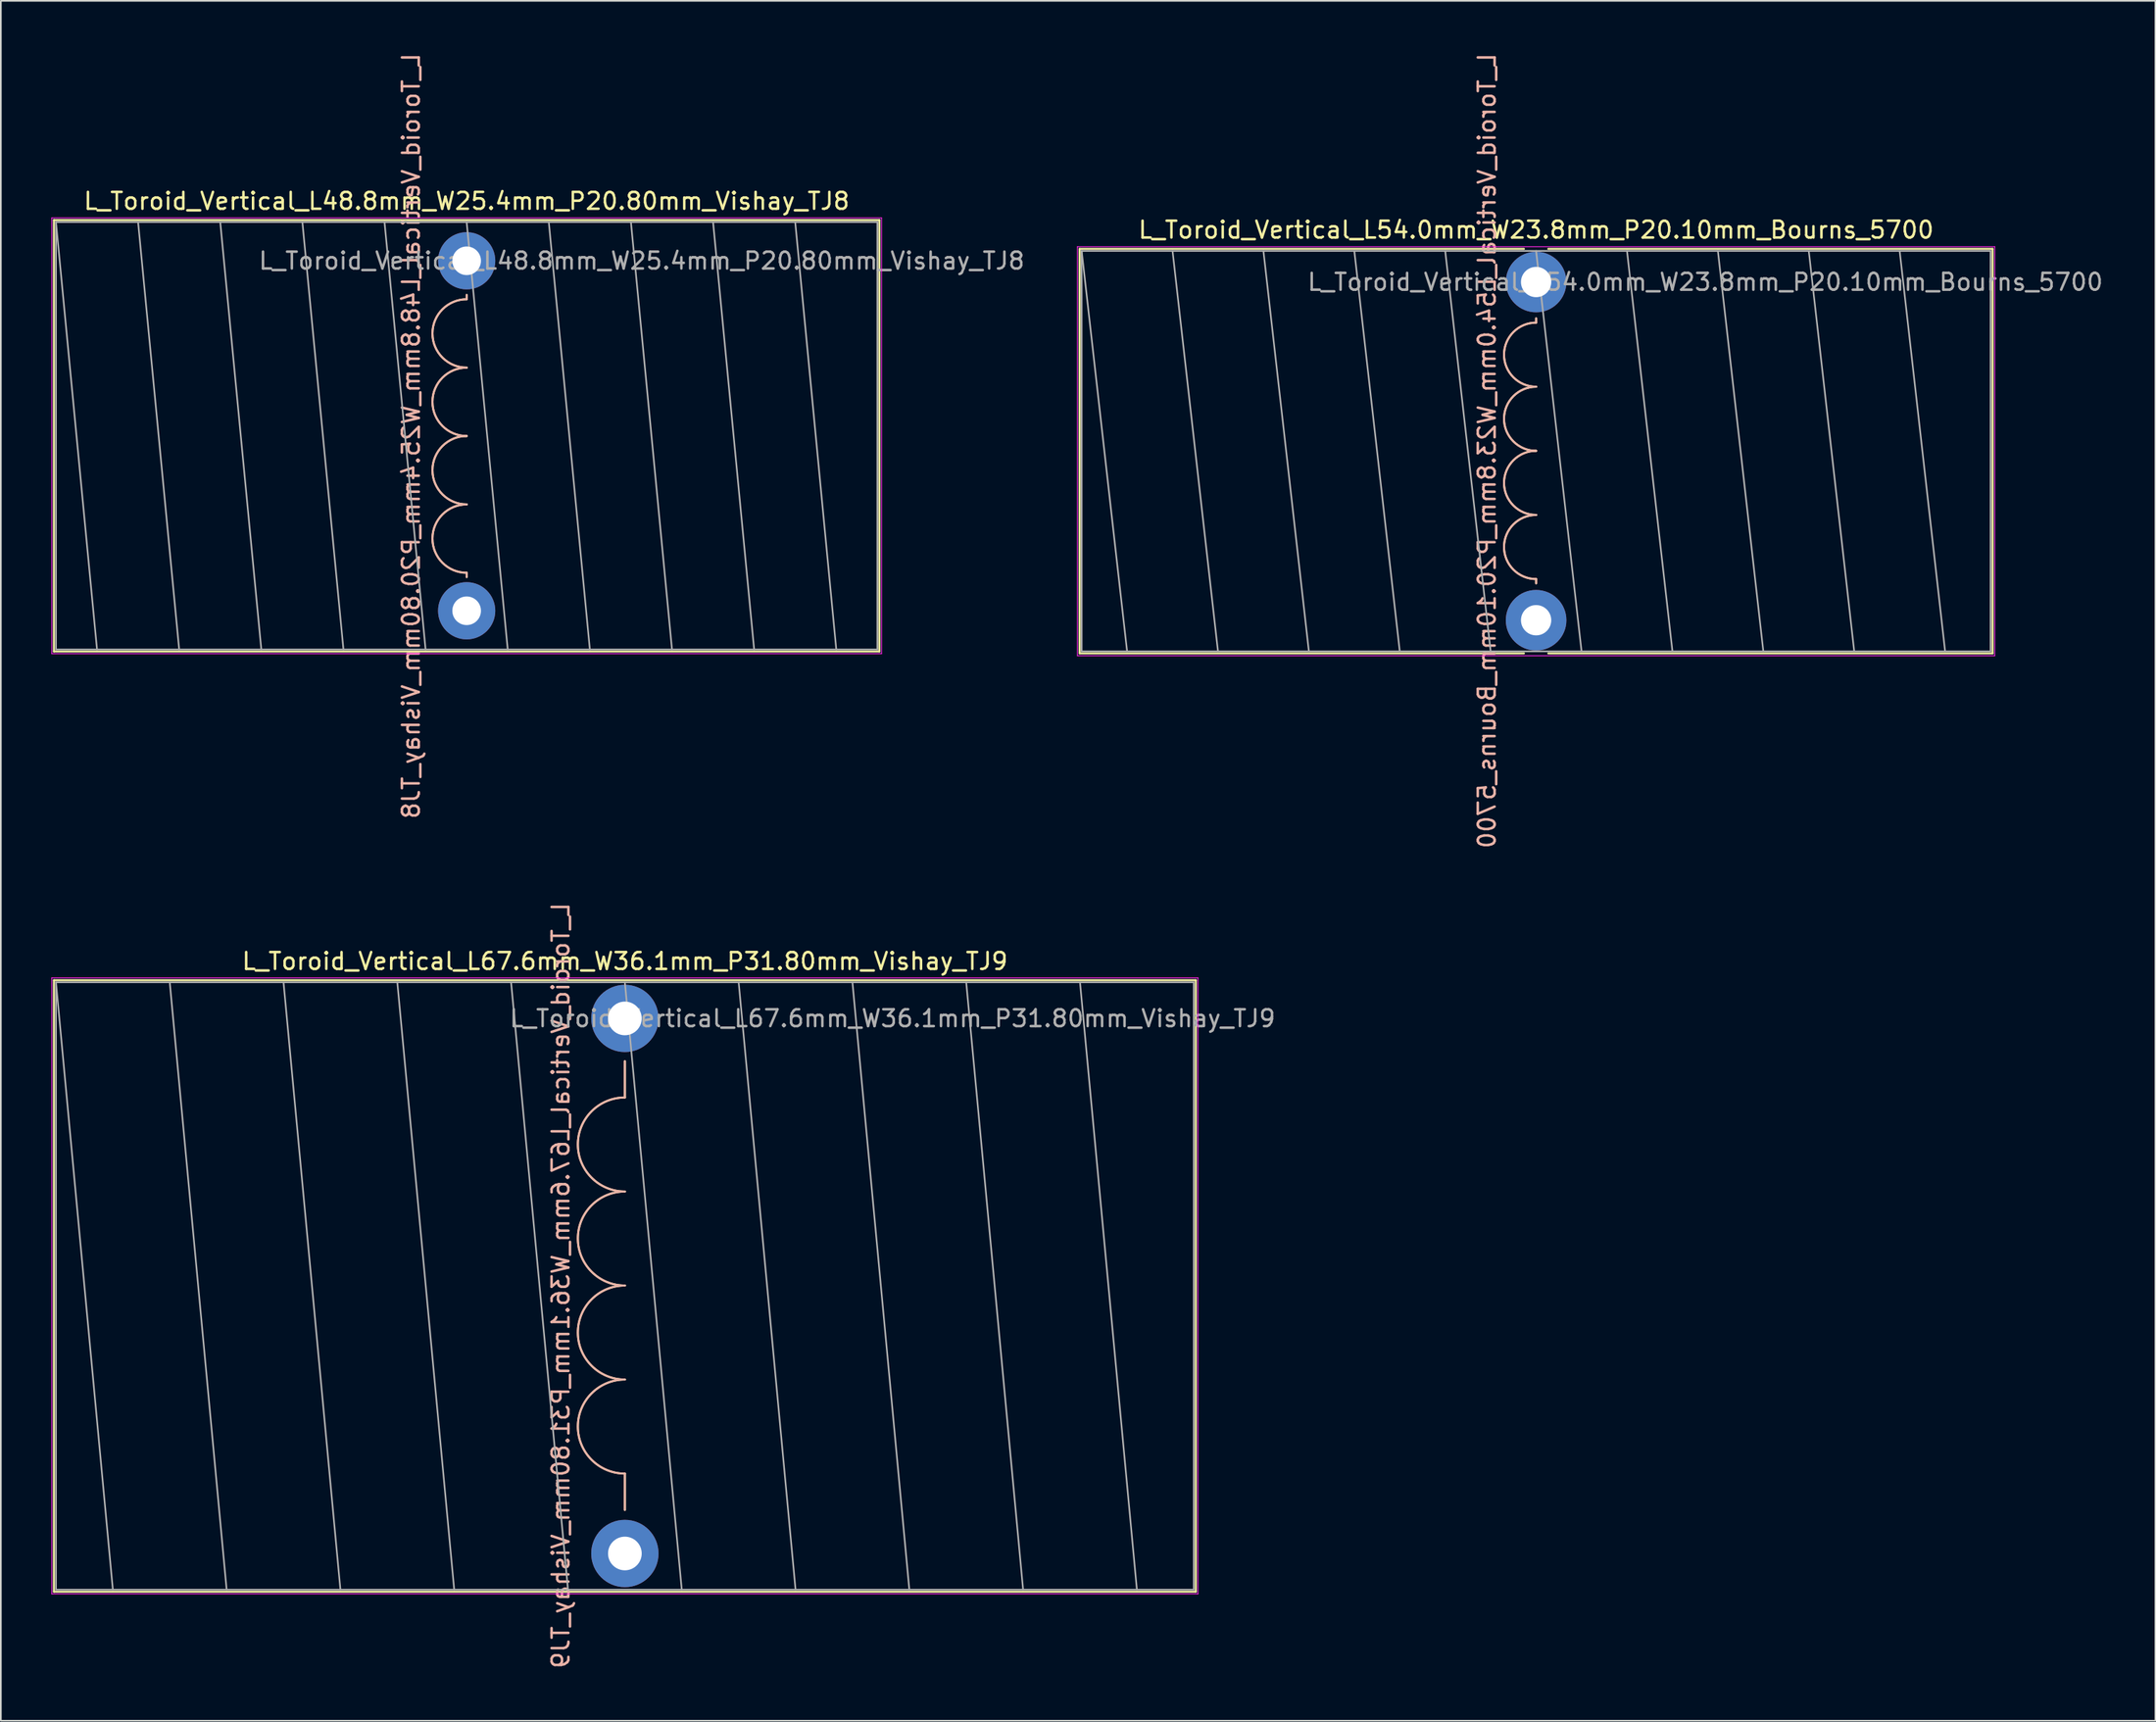
<source format=kicad_pcb>
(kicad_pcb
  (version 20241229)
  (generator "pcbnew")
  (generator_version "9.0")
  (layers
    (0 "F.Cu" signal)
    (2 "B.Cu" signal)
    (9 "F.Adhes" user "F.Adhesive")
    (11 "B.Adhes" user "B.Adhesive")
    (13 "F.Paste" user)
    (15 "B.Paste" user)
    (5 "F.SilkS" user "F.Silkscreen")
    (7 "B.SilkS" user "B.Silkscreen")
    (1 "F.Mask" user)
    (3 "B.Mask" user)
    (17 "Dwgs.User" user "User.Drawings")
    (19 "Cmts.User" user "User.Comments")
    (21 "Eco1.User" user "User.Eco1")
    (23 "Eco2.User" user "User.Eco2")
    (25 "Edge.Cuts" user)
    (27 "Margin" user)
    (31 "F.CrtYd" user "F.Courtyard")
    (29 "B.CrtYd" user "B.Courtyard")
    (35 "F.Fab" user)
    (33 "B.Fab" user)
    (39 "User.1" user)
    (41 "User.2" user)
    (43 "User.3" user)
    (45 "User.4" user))
  (footprint "L_Toroid_Vertical_L54.0mm_W23.8mm_P20.10mm_Bourns_5700"
    (layer "F.Cu")
    (at 88.213 13.711)
    (property "Reference" "L_Toroid_Vertical_L54.0mm_W23.8mm_P20.10mm_Bourns_5700" (at 0 -3.1 0) (layer "F.SilkS") (effects (font (size 1 1) (thickness 0.15))))
    (fp_line (start -27.12 -1.97) (end -27.12 22.07) (stroke (width 0.12) (type solid)) (layer "F.SilkS"))
    (fp_line (start -27.12 -1.97) (end -0.725 -1.97) (stroke (width 0.12) (type solid)) (layer "F.SilkS"))
    (fp_line (start -27.12 22.07) (end -0.725 22.07) (stroke (width 0.12) (type solid)) (layer "F.SilkS"))
    (fp_line (start 0 2.413) (end 0 2.159) (stroke (width 0.12) (type solid)) (layer "F.SilkS"))
    (fp_line (start 0 17.653) (end 0 17.907) (stroke (width 0.12) (type solid)) (layer "F.SilkS"))
    (fp_line (start 0.725 -1.97) (end 27.12 -1.97) (stroke (width 0.12) (type solid)) (layer "F.SilkS"))
    (fp_line (start 0.725 22.07) (end 27.12 22.07) (stroke (width 0.12) (type solid)) (layer "F.SilkS"))
    (fp_line (start 27.12 -1.97) (end 27.12 22.07) (stroke (width 0.12) (type solid)) (layer "F.SilkS"))
    (fp_arc (start 0 6.223) (mid -1.905 4.318) (end 0 2.413) (stroke (width 0.12) (type solid)) (layer "F.SilkS"))
    (fp_arc (start 0 10.033) (mid -1.905 8.128) (end 0 6.223) (stroke (width 0.12) (type solid)) (layer "F.SilkS"))
    (fp_arc (start 0 13.843) (mid -1.905 11.938) (end 0 10.033) (stroke (width 0.12) (type solid)) (layer "F.SilkS"))
    (fp_arc (start 0 17.653) (mid -1.905 15.748) (end 0 13.843) (stroke (width 0.12) (type solid)) (layer "F.SilkS"))
    (fp_line (start 0 2.413) (end 0 2.159) (stroke (width 0.12) (type solid)) (layer "B.SilkS"))
    (fp_line (start 0 17.653) (end 0 17.907) (stroke (width 0.12) (type solid)) (layer "B.SilkS"))
    (fp_arc (start 0 6.223) (mid -1.905 4.318) (end 0 2.413) (stroke (width 0.12) (type solid)) (layer "B.SilkS"))
    (fp_arc (start 0 10.033) (mid -1.905 8.128) (end 0 6.223) (stroke (width 0.12) (type solid)) (layer "B.SilkS"))
    (fp_arc (start 0 13.843) (mid -1.905 11.938) (end 0 10.033) (stroke (width 0.12) (type solid)) (layer "B.SilkS"))
    (fp_arc (start 0 17.653) (mid -1.905 15.748) (end 0 13.843) (stroke (width 0.12) (type solid)) (layer "B.SilkS"))
    (fp_line (start -27.25 -2.1) (end -27.25 22.21) (stroke (width 0.05) (type solid)) (layer "F.CrtYd"))
    (fp_line (start -27.25 22.21) (end 27.25 22.21) (stroke (width 0.05) (type solid)) (layer "F.CrtYd"))
    (fp_line (start 27.25 -2.1) (end -27.25 -2.1) (stroke (width 0.05) (type solid)) (layer "F.CrtYd"))
    (fp_line (start 27.25 22.21) (end 27.25 -2.1) (stroke (width 0.05) (type solid)) (layer "F.CrtYd"))
    (fp_line (start -27 -1.85) (end -27 21.95) (stroke (width 0.1) (type solid)) (layer "F.Fab"))
    (fp_line (start -27 -1.85) (end -24.3 21.95) (stroke (width 0.1) (type solid)) (layer "F.Fab"))
    (fp_line (start -27 21.95) (end 27 21.95) (stroke (width 0.1) (type solid)) (layer "F.Fab"))
    (fp_line (start -21.6 -1.85) (end -18.9 21.95) (stroke (width 0.1) (type solid)) (layer "F.Fab"))
    (fp_line (start -16.2 -1.85) (end -13.5 21.95) (stroke (width 0.1) (type solid)) (layer "F.Fab"))
    (fp_line (start -10.8 -1.85) (end -8.1 21.95) (stroke (width 0.1) (type solid)) (layer "F.Fab"))
    (fp_line (start -5.4 -1.85) (end -2.7 21.95) (stroke (width 0.1) (type solid)) (layer "F.Fab"))
    (fp_line (start 0 -1.85) (end 2.7 21.95) (stroke (width 0.1) (type solid)) (layer "F.Fab"))
    (fp_line (start 5.4 -1.85) (end 8.1 21.95) (stroke (width 0.1) (type solid)) (layer "F.Fab"))
    (fp_line (start 10.8 -1.85) (end 13.5 21.95) (stroke (width 0.1) (type solid)) (layer "F.Fab"))
    (fp_line (start 16.2 -1.85) (end 18.9 21.95) (stroke (width 0.1) (type solid)) (layer "F.Fab"))
    (fp_line (start 21.6 -1.85) (end 24.3 21.95) (stroke (width 0.1) (type solid)) (layer "F.Fab"))
    (fp_line (start 27 -1.85) (end -27 -1.85) (stroke (width 0.1) (type solid)) (layer "F.Fab"))
    (fp_line (start 27 21.95) (end 27 -1.85) (stroke (width 0.1) (type solid)) (layer "F.Fab"))
    (fp_text user "${REFERENCE}" (at -2.921 10.033 90) (layer "B.SilkS") (effects (font (size 1 1) (thickness 0.15)) (justify mirror)))
    (fp_text user "${REFERENCE}" (at 10.05 0 0) (layer "F.Fab") (effects (font (size 1 1) (thickness 0.15))))
    (pad "1" thru_hole circle (at 0 0) (size 3.6 3.6) (drill 1.8) (layers "*.Cu" "*.Mask"))
    (pad "2" thru_hole circle (at 0 20.1) (size 3.6 3.6) (drill 1.8) (layers "*.Cu" "*.Mask")))
  (footprint "L_Toroid_Vertical_L48.8mm_W25.4mm_P20.80mm_Vishay_TJ8"
    (layer "F.Cu")
    (at 24.675 12.449)
    (property "Reference" "L_Toroid_Vertical_L48.8mm_W25.4mm_P20.80mm_Vishay_TJ8" (at 0 -3.55 0) (layer "F.SilkS") (effects (font (size 1 1) (thickness 0.15))))
    (fp_line (start -24.52 -2.42) (end -24.52 23.22) (stroke (width 0.12) (type solid)) (layer "F.SilkS"))
    (fp_line (start -24.52 -2.42) (end 24.52 -2.42) (stroke (width 0.12) (type solid)) (layer "F.SilkS"))
    (fp_line (start -24.52 23.22) (end 24.52 23.22) (stroke (width 0.12) (type solid)) (layer "F.SilkS"))
    (fp_line (start 0 2.286) (end 0 2.032) (stroke (width 0.12) (type solid)) (layer "F.SilkS"))
    (fp_line (start 0 18.542) (end 0 18.796) (stroke (width 0.12) (type solid)) (layer "F.SilkS"))
    (fp_line (start 24.52 -2.42) (end 24.52 23.22) (stroke (width 0.12) (type solid)) (layer "F.SilkS"))
    (fp_arc (start 0 6.35) (mid -2.032 4.318) (end 0 2.286) (stroke (width 0.12) (type solid)) (layer "F.SilkS"))
    (fp_arc (start 0 10.414) (mid -2.032 8.382) (end 0 6.35) (stroke (width 0.12) (type solid)) (layer "F.SilkS"))
    (fp_arc (start 0 14.478) (mid -2.032 12.446) (end 0 10.414) (stroke (width 0.12) (type solid)) (layer "F.SilkS"))
    (fp_arc (start 0 18.542) (mid -2.032 16.51) (end 0 14.478) (stroke (width 0.12) (type solid)) (layer "F.SilkS"))
    (fp_line (start 0 2.286) (end 0 2.032) (stroke (width 0.12) (type solid)) (layer "B.SilkS"))
    (fp_line (start 0 18.542) (end 0 18.796) (stroke (width 0.12) (type solid)) (layer "B.SilkS"))
    (fp_arc (start 0 6.35) (mid -2.032 4.318) (end 0 2.286) (stroke (width 0.12) (type solid)) (layer "B.SilkS"))
    (fp_arc (start 0 10.414) (mid -2.032 8.382) (end 0 6.35) (stroke (width 0.12) (type solid)) (layer "B.SilkS"))
    (fp_arc (start 0 14.478) (mid -2.032 12.446) (end 0 10.414) (stroke (width 0.12) (type solid)) (layer "B.SilkS"))
    (fp_arc (start 0 18.542) (mid -2.032 16.51) (end 0 14.478) (stroke (width 0.12) (type solid)) (layer "B.SilkS"))
    (fp_line (start -24.65 -2.55) (end -24.65 23.35) (stroke (width 0.05) (type solid)) (layer "F.CrtYd"))
    (fp_line (start -24.65 23.35) (end 24.65 23.35) (stroke (width 0.05) (type solid)) (layer "F.CrtYd"))
    (fp_line (start 24.65 -2.55) (end -24.65 -2.55) (stroke (width 0.05) (type solid)) (layer "F.CrtYd"))
    (fp_line (start 24.65 23.35) (end 24.65 -2.55) (stroke (width 0.05) (type solid)) (layer "F.CrtYd"))
    (fp_line (start -24.4 -2.3) (end -24.4 23.1) (stroke (width 0.1) (type solid)) (layer "F.Fab"))
    (fp_line (start -24.4 -2.3) (end -21.96 23.1) (stroke (width 0.1) (type solid)) (layer "F.Fab"))
    (fp_line (start -24.4 23.1) (end 24.4 23.1) (stroke (width 0.1) (type solid)) (layer "F.Fab"))
    (fp_line (start -19.52 -2.3) (end -17.08 23.1) (stroke (width 0.1) (type solid)) (layer "F.Fab"))
    (fp_line (start -14.64 -2.3) (end -12.2 23.1) (stroke (width 0.1) (type solid)) (layer "F.Fab"))
    (fp_line (start -9.76 -2.3) (end -7.32 23.1) (stroke (width 0.1) (type solid)) (layer "F.Fab"))
    (fp_line (start -4.88 -2.3) (end -2.44 23.1) (stroke (width 0.1) (type solid)) (layer "F.Fab"))
    (fp_line (start 0 -2.3) (end 2.44 23.1) (stroke (width 0.1) (type solid)) (layer "F.Fab"))
    (fp_line (start 4.88 -2.3) (end 7.32 23.1) (stroke (width 0.1) (type solid)) (layer "F.Fab"))
    (fp_line (start 9.76 -2.3) (end 12.2 23.1) (stroke (width 0.1) (type solid)) (layer "F.Fab"))
    (fp_line (start 14.64 -2.3) (end 17.08 23.1) (stroke (width 0.1) (type solid)) (layer "F.Fab"))
    (fp_line (start 19.52 -2.3) (end 21.96 23.1) (stroke (width 0.1) (type solid)) (layer "F.Fab"))
    (fp_line (start 24.4 -2.3) (end -24.4 -2.3) (stroke (width 0.1) (type solid)) (layer "F.Fab"))
    (fp_line (start 24.4 23.1) (end 24.4 -2.3) (stroke (width 0.1) (type solid)) (layer "F.Fab"))
    (fp_text user "${REFERENCE}" (at -3.302 10.414 90) (layer "B.SilkS") (effects (font (size 1 1) (thickness 0.15)) (justify mirror)))
    (fp_text user "${REFERENCE}" (at 10.4 0 0) (layer "F.Fab") (effects (font (size 1 1) (thickness 0.15))))
    (pad "1" thru_hole circle (at 0 0) (size 3.4 3.4) (drill 1.7) (layers "*.Cu" "*.Mask"))
    (pad "2" thru_hole circle (at 0 20.8) (size 3.4 3.4) (drill 1.7) (layers "*.Cu" "*.Mask")))
  (footprint "L_Toroid_Vertical_L67.6mm_W36.1mm_P31.80mm_Vishay_TJ9"
    (layer "F.Cu")
    (at 34.075 57.476)
    (property "Reference" "L_Toroid_Vertical_L67.6mm_W36.1mm_P31.80mm_Vishay_TJ9" (at 0 -3.4 0) (layer "F.SilkS") (effects (font (size 1 1) (thickness 0.15))))
    (fp_line (start -33.92 -2.27) (end -33.92 34.07) (stroke (width 0.12) (type solid)) (layer "F.SilkS"))
    (fp_line (start -33.92 -2.27) (end 33.92 -2.27) (stroke (width 0.12) (type solid)) (layer "F.SilkS"))
    (fp_line (start -33.92 34.07) (end 33.92 34.07) (stroke (width 0.12) (type solid)) (layer "F.SilkS"))
    (fp_line (start 0 4.699) (end 0 2.54) (stroke (width 0.12) (type solid)) (layer "F.SilkS"))
    (fp_line (start 0 27.051) (end 0 29.21) (stroke (width 0.12) (type solid)) (layer "F.SilkS"))
    (fp_line (start 33.92 -2.27) (end 33.92 34.07) (stroke (width 0.12) (type solid)) (layer "F.SilkS"))
    (fp_arc (start 0 10.287) (mid -2.794 7.493) (end 0 4.699) (stroke (width 0.12) (type solid)) (layer "F.SilkS"))
    (fp_arc (start 0 15.875) (mid -2.794 13.081) (end 0 10.287) (stroke (width 0.12) (type solid)) (layer "F.SilkS"))
    (fp_arc (start 0 21.463) (mid -2.794 18.669) (end 0 15.875) (stroke (width 0.12) (type solid)) (layer "F.SilkS"))
    (fp_arc (start 0 27.051) (mid -2.794 24.257) (end 0 21.463) (stroke (width 0.12) (type solid)) (layer "F.SilkS"))
    (fp_line (start 0 4.699) (end 0 2.54) (stroke (width 0.12) (type solid)) (layer "B.SilkS"))
    (fp_line (start 0 27.051) (end 0 29.21) (stroke (width 0.12) (type solid)) (layer "B.SilkS"))
    (fp_arc (start 0 10.287) (mid -2.794 7.493) (end 0 4.699) (stroke (width 0.12) (type solid)) (layer "B.SilkS"))
    (fp_arc (start 0 15.875) (mid -2.794 13.081) (end 0 10.287) (stroke (width 0.12) (type solid)) (layer "B.SilkS"))
    (fp_arc (start 0 21.463) (mid -2.794 18.669) (end 0 15.875) (stroke (width 0.12) (type solid)) (layer "B.SilkS"))
    (fp_arc (start 0 27.051) (mid -2.794 24.257) (end 0 21.463) (stroke (width 0.12) (type solid)) (layer "B.SilkS"))
    (fp_line (start -34.05 -2.41) (end -34.05 34.2) (stroke (width 0.05) (type solid)) (layer "F.CrtYd"))
    (fp_line (start -34.05 34.2) (end 34.05 34.2) (stroke (width 0.05) (type solid)) (layer "F.CrtYd"))
    (fp_line (start 34.05 -2.41) (end -34.05 -2.41) (stroke (width 0.05) (type solid)) (layer "F.CrtYd"))
    (fp_line (start 34.05 34.2) (end 34.05 -2.41) (stroke (width 0.05) (type solid)) (layer "F.CrtYd"))
    (fp_line (start -33.8 -2.15) (end -33.8 33.95) (stroke (width 0.1) (type solid)) (layer "F.Fab"))
    (fp_line (start -33.8 -2.15) (end -30.42 33.95) (stroke (width 0.1) (type solid)) (layer "F.Fab"))
    (fp_line (start -33.8 33.95) (end 33.8 33.95) (stroke (width 0.1) (type solid)) (layer "F.Fab"))
    (fp_line (start -27.04 -2.15) (end -23.66 33.95) (stroke (width 0.1) (type solid)) (layer "F.Fab"))
    (fp_line (start -20.28 -2.15) (end -16.9 33.95) (stroke (width 0.1) (type solid)) (layer "F.Fab"))
    (fp_line (start -13.52 -2.15) (end -10.14 33.95) (stroke (width 0.1) (type solid)) (layer "F.Fab"))
    (fp_line (start -6.76 -2.15) (end -3.38 33.95) (stroke (width 0.1) (type solid)) (layer "F.Fab"))
    (fp_line (start 0 -2.15) (end 3.38 33.95) (stroke (width 0.1) (type solid)) (layer "F.Fab"))
    (fp_line (start 6.76 -2.15) (end 10.14 33.95) (stroke (width 0.1) (type solid)) (layer "F.Fab"))
    (fp_line (start 13.52 -2.15) (end 16.9 33.95) (stroke (width 0.1) (type solid)) (layer "F.Fab"))
    (fp_line (start 20.28 -2.15) (end 23.66 33.95) (stroke (width 0.1) (type solid)) (layer "F.Fab"))
    (fp_line (start 27.04 -2.15) (end 30.42 33.95) (stroke (width 0.1) (type solid)) (layer "F.Fab"))
    (fp_line (start 33.8 -2.15) (end -33.8 -2.15) (stroke (width 0.1) (type solid)) (layer "F.Fab"))
    (fp_line (start 33.8 33.95) (end 33.8 -2.15) (stroke (width 0.1) (type solid)) (layer "F.Fab"))
    (fp_text user "${REFERENCE}" (at -3.81 15.875 90) (layer "B.SilkS") (effects (font (size 1 1) (thickness 0.15)) (justify mirror)))
    (fp_text user "${REFERENCE}" (at 15.9 0 0) (layer "F.Fab") (effects (font (size 1 1) (thickness 0.15))))
    (pad "1" thru_hole circle (at 0 0) (size 4 4) (drill 2) (layers "*.Cu" "*.Mask"))
    (pad "2" thru_hole circle (at 0 31.8) (size 4 4) (drill 2) (layers "*.Cu" "*.Mask")))
  (gr_rect
    (start -3 -3)
    (end 125.007 99.214)
    (stroke (width 0.1) (type default))
    (fill no)
    (layer "Edge.Cuts")))
</source>
